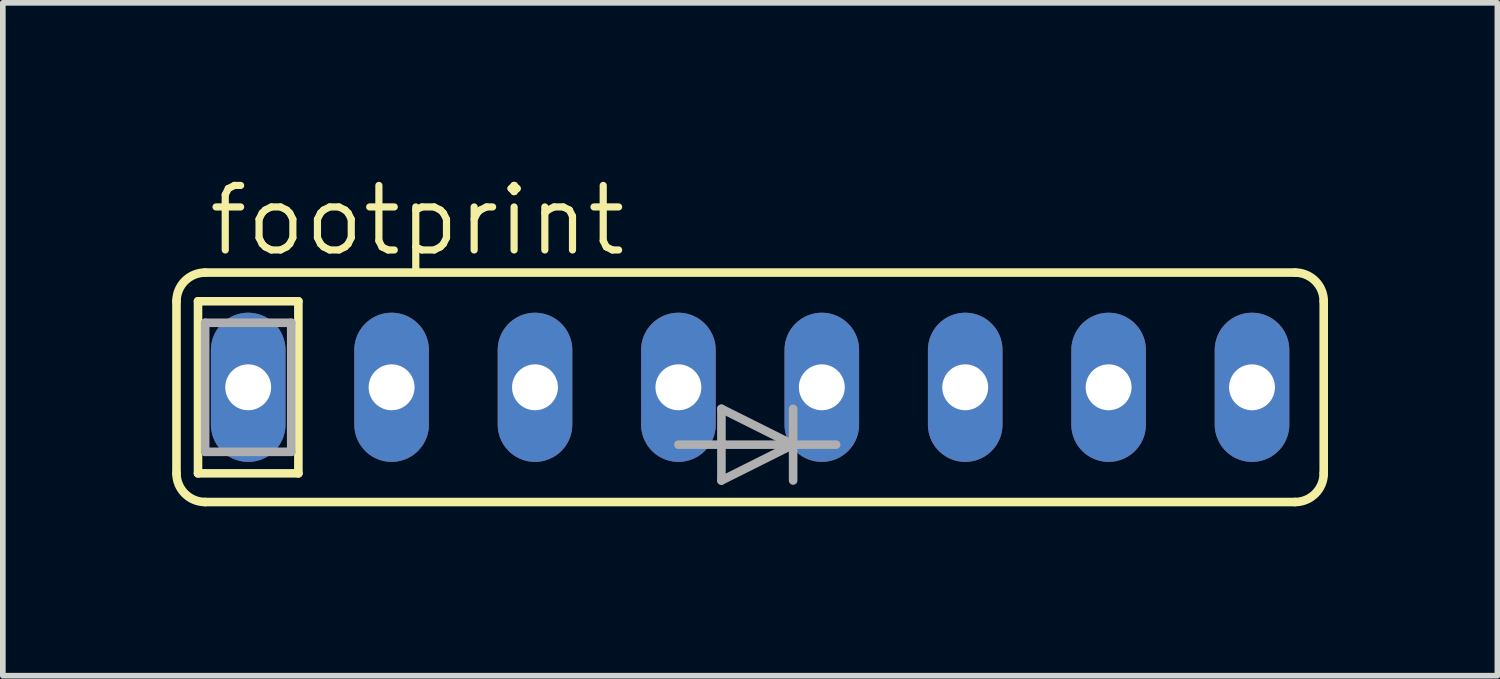
<source format=kicad_pcb>
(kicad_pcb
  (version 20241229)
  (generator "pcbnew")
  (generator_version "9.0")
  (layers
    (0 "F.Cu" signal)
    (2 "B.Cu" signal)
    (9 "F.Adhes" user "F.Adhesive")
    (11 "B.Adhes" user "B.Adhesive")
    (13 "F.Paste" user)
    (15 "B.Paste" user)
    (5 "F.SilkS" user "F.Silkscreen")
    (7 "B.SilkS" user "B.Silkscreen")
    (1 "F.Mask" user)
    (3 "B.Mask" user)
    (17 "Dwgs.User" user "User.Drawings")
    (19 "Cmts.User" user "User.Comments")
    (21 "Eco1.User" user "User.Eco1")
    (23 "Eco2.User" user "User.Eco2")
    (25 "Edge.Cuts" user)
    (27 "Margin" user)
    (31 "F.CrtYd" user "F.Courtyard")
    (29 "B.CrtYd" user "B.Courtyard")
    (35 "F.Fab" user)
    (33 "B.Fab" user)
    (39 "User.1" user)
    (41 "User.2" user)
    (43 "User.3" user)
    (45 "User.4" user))
  (footprint "footprint"
    (layer "F.Cu")
    (at 10.236 3.81)
    (property "Reference" "footprint" (at -9.652 -2.286 0) (layer "F.SilkS") (effects (font (size 1.143 1.143) (thickness 0.127)) (justify left bottom)))
    (fp_line (start -10.16 -1.524) (end -10.16 1.524) (stroke (width 0.152) (type solid)) (layer "F.SilkS"))
    (fp_line (start -9.779 -1.524) (end -8.001 -1.524) (stroke (width 0.152) (type solid)) (layer "F.SilkS"))
    (fp_line (start -9.779 1.524) (end -9.779 -1.524) (stroke (width 0.152) (type solid)) (layer "F.SilkS"))
    (fp_line (start -9.652 2.032) (end 9.652 2.032) (stroke (width 0.152) (type solid)) (layer "F.SilkS"))
    (fp_line (start -8.001 -1.524) (end -8.001 1.524) (stroke (width 0.152) (type solid)) (layer "F.SilkS"))
    (fp_line (start -8.001 1.524) (end -9.779 1.524) (stroke (width 0.152) (type solid)) (layer "F.SilkS"))
    (fp_line (start 9.652 -2.032) (end -9.652 -2.032) (stroke (width 0.152) (type solid)) (layer "F.SilkS"))
    (fp_line (start 10.16 -1.524) (end 10.16 1.524) (stroke (width 0.152) (type solid)) (layer "F.SilkS"))
    (fp_arc (start -10.16 -1.524) (mid -10.01121 -1.88321) (end -9.652 -2.032) (stroke (width 0.1524) (type solid)) (layer "F.SilkS"))
    (fp_arc (start -9.652 2.032) (mid -10.01121 1.88321) (end -10.16 1.524) (stroke (width 0.1524) (type solid)) (layer "F.SilkS"))
    (fp_arc (start 9.652 -2.032) (mid 10.01121 -1.88321) (end 10.16 -1.524) (stroke (width 0.1524) (type solid)) (layer "F.SilkS"))
    (fp_arc (start 10.16 1.524) (mid 10.01121 1.88321) (end 9.652 2.032) (stroke (width 0.1524) (type solid)) (layer "F.SilkS"))
    (fp_line (start -9.652 -1.143) (end -8.128 -1.143) (stroke (width 0.152) (type solid)) (layer "F.Fab"))
    (fp_line (start -9.652 1.143) (end -9.652 -1.143) (stroke (width 0.152) (type solid)) (layer "F.Fab"))
    (fp_line (start -8.128 -1.143) (end -8.128 1.143) (stroke (width 0.152) (type solid)) (layer "F.Fab"))
    (fp_line (start -8.128 1.143) (end -9.652 1.143) (stroke (width 0.152) (type solid)) (layer "F.Fab"))
    (fp_line (start -1.27 1.016) (end -0.508 1.016) (stroke (width 0.152) (type solid)) (layer "F.Fab"))
    (fp_line (start -0.508 0.381) (end 0.762 1.016) (stroke (width 0.152) (type solid)) (layer "F.Fab"))
    (fp_line (start -0.508 1.016) (end -0.508 0.381) (stroke (width 0.152) (type solid)) (layer "F.Fab"))
    (fp_line (start -0.508 1.016) (end 0.762 1.016) (stroke (width 0.152) (type solid)) (layer "F.Fab"))
    (fp_line (start -0.508 1.651) (end -0.508 1.016) (stroke (width 0.152) (type solid)) (layer "F.Fab"))
    (fp_line (start 0.762 0.381) (end 0.762 1.016) (stroke (width 0.152) (type solid)) (layer "F.Fab"))
    (fp_line (start 0.762 1.016) (end -0.508 1.651) (stroke (width 0.152) (type solid)) (layer "F.Fab"))
    (fp_line (start 0.762 1.016) (end 0.762 1.651) (stroke (width 0.152) (type solid)) (layer "F.Fab"))
    (fp_line (start 1.524 1.016) (end 0.762 1.016) (stroke (width 0.152) (type solid)) (layer "F.Fab"))
    (pad "1" thru_hole oval (at -8.89 0 90) (size 2.642 1.321) (drill 0.813) (layers "*.Cu" "*.Mask"))
    (pad "2" thru_hole oval (at -6.35 0 90) (size 2.642 1.321) (drill 0.813) (layers "*.Cu" "*.Mask"))
    (pad "3" thru_hole oval (at -3.81 0 90) (size 2.642 1.321) (drill 0.813) (layers "*.Cu" "*.Mask"))
    (pad "4" thru_hole oval (at -1.27 0 90) (size 2.642 1.321) (drill 0.813) (layers "*.Cu" "*.Mask"))
    (pad "5" thru_hole oval (at 1.27 0 90) (size 2.642 1.321) (drill 0.813) (layers "*.Cu" "*.Mask"))
    (pad "6" thru_hole oval (at 3.81 0 90) (size 2.642 1.321) (drill 0.813) (layers "*.Cu" "*.Mask"))
    (pad "7" thru_hole oval (at 6.35 0 90) (size 2.642 1.321) (drill 0.813) (layers "*.Cu" "*.Mask"))
    (pad "8" thru_hole oval (at 8.89 0 90) (size 2.642 1.321) (drill 0.813) (layers "*.Cu" "*.Mask")))
  (gr_rect
    (start -3 -3)
    (end 23.472 8.918)
    (stroke (width 0.1) (type default))
    (fill no)
    (layer "Edge.Cuts")))
</source>
